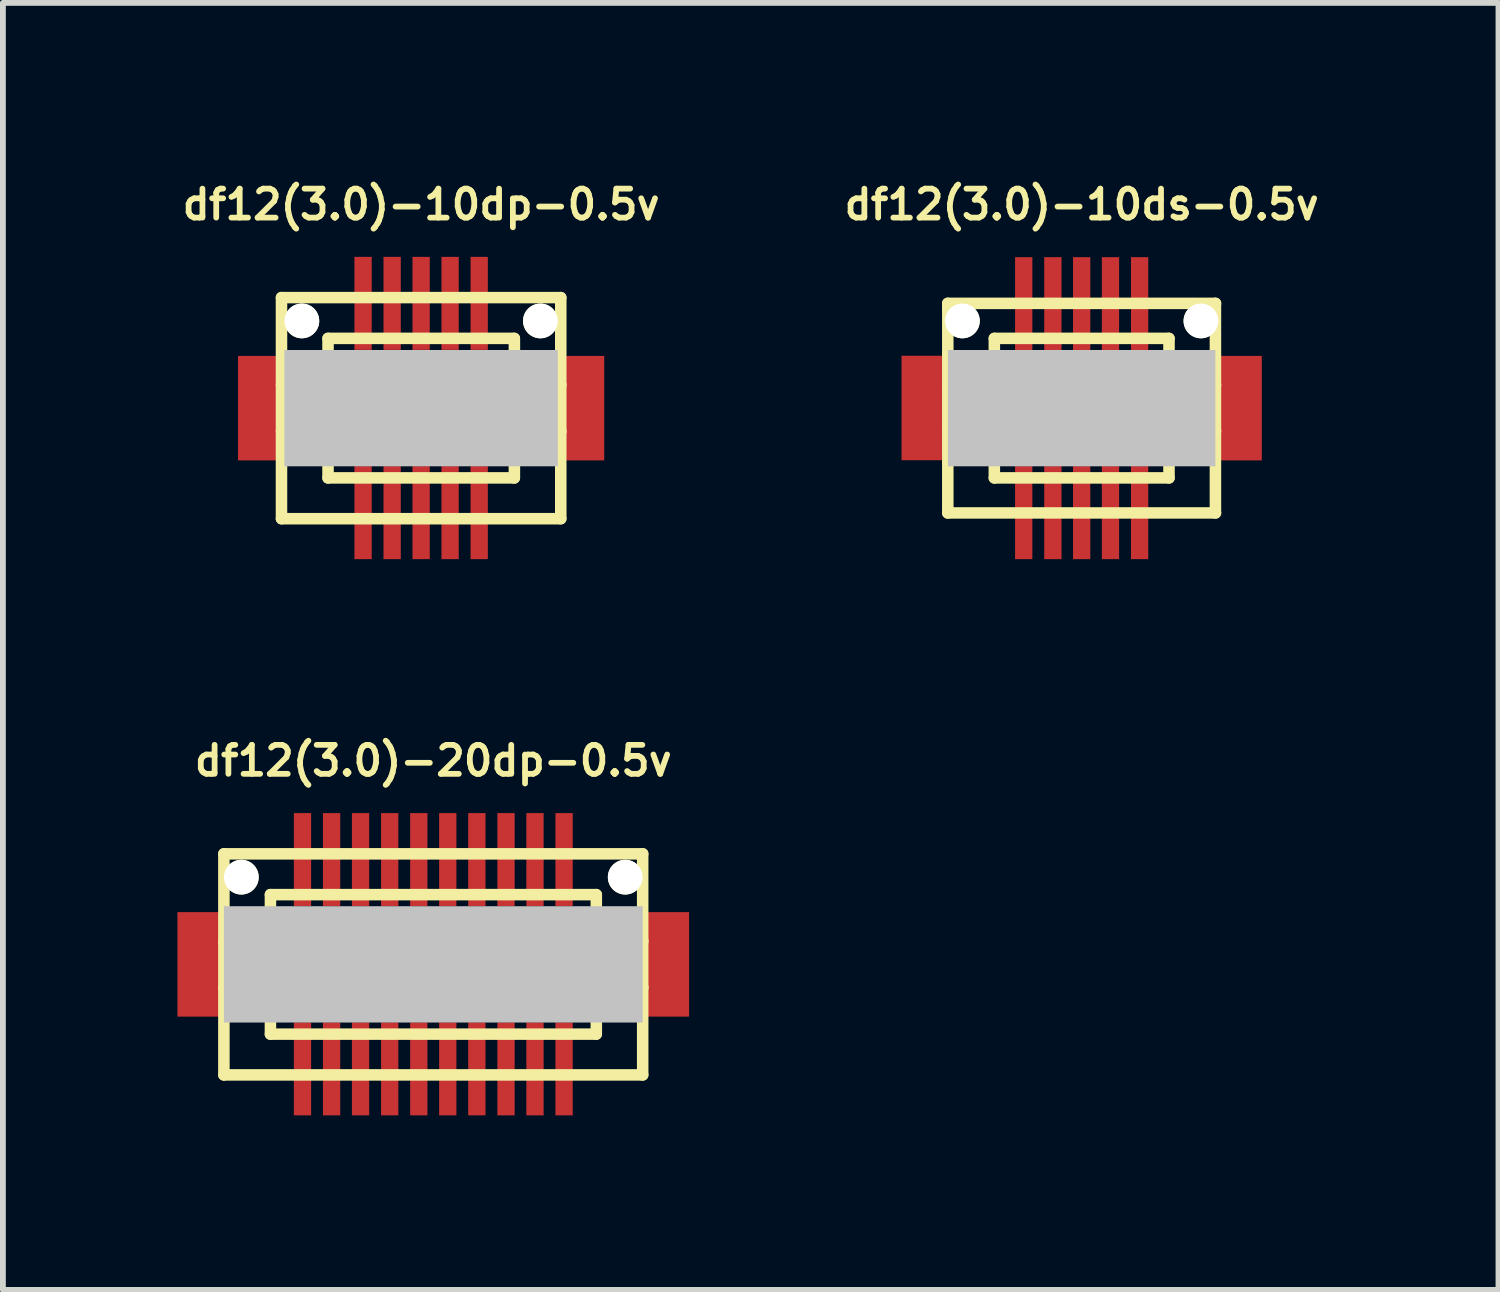
<source format=kicad_pcb>
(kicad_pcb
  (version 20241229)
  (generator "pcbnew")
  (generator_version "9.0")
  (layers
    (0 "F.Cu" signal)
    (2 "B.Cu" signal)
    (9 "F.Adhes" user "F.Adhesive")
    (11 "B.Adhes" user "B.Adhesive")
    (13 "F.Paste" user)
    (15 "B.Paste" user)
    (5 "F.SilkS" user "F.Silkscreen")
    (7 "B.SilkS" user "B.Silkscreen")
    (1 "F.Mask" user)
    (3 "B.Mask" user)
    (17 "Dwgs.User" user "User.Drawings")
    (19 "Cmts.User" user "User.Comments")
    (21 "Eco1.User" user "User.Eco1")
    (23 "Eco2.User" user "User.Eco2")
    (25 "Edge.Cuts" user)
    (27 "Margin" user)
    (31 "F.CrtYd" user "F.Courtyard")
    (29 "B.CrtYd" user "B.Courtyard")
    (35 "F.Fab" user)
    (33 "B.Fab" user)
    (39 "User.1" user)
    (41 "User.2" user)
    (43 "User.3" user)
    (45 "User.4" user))
  (footprint "df12(3.0)-20dp-0.5v"
    (layer "F.Cu")
    (at 4.397 13.525)
    (property "Reference" "df12(3.0)-20dp-0.5v" (at 0 -3.5 0) (layer "F.SilkS") (effects (font (size 0.498 0.498) (thickness 0.099))))
    (attr smd)
    (fp_line (start -3.599 -1.9) (end -3.599 1.9) (stroke (width 0.198) (type solid)) (layer "F.SilkS"))
    (fp_line (start -3.599 -1.9) (end 3.599 -1.9) (stroke (width 0.198) (type solid)) (layer "F.SilkS"))
    (fp_line (start -2.799 -0.399) (end -3.599 -0.399) (stroke (width 0.198) (type solid)) (layer "F.SilkS"))
    (fp_line (start -2.799 0.399) (end -3.599 0.399) (stroke (width 0.198) (type solid)) (layer "F.SilkS"))
    (fp_line (start -2.799 1.199) (end -2.799 -1.199) (stroke (width 0.198) (type solid)) (layer "F.SilkS"))
    (fp_line (start -2.799 1.199) (end 2.799 1.199) (stroke (width 0.198) (type solid)) (layer "F.SilkS"))
    (fp_line (start 2.799 -1.199) (end -2.799 -1.199) (stroke (width 0.198) (type solid)) (layer "F.SilkS"))
    (fp_line (start 2.802 -1.199) (end 2.802 1.199) (stroke (width 0.198) (type solid)) (layer "F.SilkS"))
    (fp_line (start 2.802 -0.399) (end 3.602 -0.399) (stroke (width 0.198) (type solid)) (layer "F.SilkS"))
    (fp_line (start 3.599 1.9) (end -3.599 1.9) (stroke (width 0.198) (type solid)) (layer "F.SilkS"))
    (fp_line (start 3.599 1.9) (end 3.599 -1.9) (stroke (width 0.198) (type solid)) (layer "F.SilkS"))
    (fp_line (start 3.602 0.399) (end 2.802 0.399) (stroke (width 0.198) (type solid)) (layer "F.SilkS"))
    (pad "" smd rect (at -3.998 0) (size 0.798 1.796) (layers "F.Cu" "F.Mask" "F.Paste"))
    (pad "" np_thru_hole circle (at -3.299 -1.499) (size 0.597 0.597) (drill 0.597) (layers "*.Cu" "*.Mask" "F.SilkS"))
    (pad "" smd rect (at 0 0) (size 7.198 1.999) (layers "Dwgs.User"))
    (pad "" np_thru_hole circle (at 3.299 -1.499) (size 0.597 0.597) (drill 0.597) (layers "*.Cu" "*.Mask" "F.SilkS"))
    (pad "" smd rect (at 3.998 0) (size 0.798 1.796) (layers "F.Cu" "F.Mask" "F.Paste"))
    (pad "1" smd rect (at 2.248 1.796) (size 0.297 1.598) (layers "F.Cu" "F.Mask" "F.Paste"))
    (pad "2" smd rect (at 1.748 1.796) (size 0.297 1.598) (layers "F.Cu" "F.Mask" "F.Paste"))
    (pad "3" smd rect (at 1.25 1.796) (size 0.297 1.598) (layers "F.Cu" "F.Mask" "F.Paste"))
    (pad "4" smd rect (at 0.749 1.796) (size 0.297 1.598) (layers "F.Cu" "F.Mask" "F.Paste"))
    (pad "5" smd rect (at 0.249 1.796) (size 0.297 1.598) (layers "F.Cu" "F.Mask" "F.Paste"))
    (pad "6" smd rect (at -0.249 1.796) (size 0.297 1.598) (layers "F.Cu" "F.Mask" "F.Paste"))
    (pad "7" smd rect (at -0.749 1.796) (size 0.297 1.598) (layers "F.Cu" "F.Mask" "F.Paste"))
    (pad "8" smd rect (at -1.25 1.796) (size 0.297 1.598) (layers "F.Cu" "F.Mask" "F.Paste"))
    (pad "9" smd rect (at -1.748 1.796) (size 0.297 1.598) (layers "F.Cu" "F.Mask" "F.Paste"))
    (pad "10" smd rect (at -2.248 1.796) (size 0.297 1.598) (layers "F.Cu" "F.Mask" "F.Paste"))
    (pad "11" smd rect (at -2.248 -1.801) (size 0.297 1.598) (layers "F.Cu" "F.Mask" "F.Paste"))
    (pad "12" smd rect (at -1.748 -1.801) (size 0.297 1.598) (layers "F.Cu" "F.Mask" "F.Paste"))
    (pad "13" smd rect (at -1.25 -1.801) (size 0.297 1.598) (layers "F.Cu" "F.Mask" "F.Paste"))
    (pad "14" smd rect (at -0.749 -1.801) (size 0.297 1.598) (layers "F.Cu" "F.Mask" "F.Paste"))
    (pad "15" smd rect (at -0.249 -1.801) (size 0.297 1.598) (layers "F.Cu" "F.Mask" "F.Paste"))
    (pad "16" smd rect (at 0.249 -1.801) (size 0.297 1.598) (layers "F.Cu" "F.Mask" "F.Paste"))
    (pad "17" smd rect (at 0.749 -1.801) (size 0.297 1.598) (layers "F.Cu" "F.Mask" "F.Paste"))
    (pad "18" smd rect (at 1.25 -1.801) (size 0.297 1.598) (layers "F.Cu" "F.Mask" "F.Paste"))
    (pad "19" smd rect (at 1.748 -1.801) (size 0.297 1.598) (layers "F.Cu" "F.Mask" "F.Paste"))
    (pad "20" smd rect (at 2.248 -1.801) (size 0.297 1.598) (layers "F.Cu" "F.Mask" "F.Paste")))
  (footprint "df12(3.0)-10dp-0.5v"
    (layer "F.Cu")
    (at 4.188 3.965)
    (property "Reference" "df12(3.0)-10dp-0.5v" (at 0 -3.5 0) (layer "F.SilkS") (effects (font (size 0.498 0.498) (thickness 0.099))))
    (attr smd)
    (fp_line (start -2.4 -1.9) (end -2.4 1.9) (stroke (width 0.198) (type solid)) (layer "F.SilkS"))
    (fp_line (start -2.4 -1.9) (end 2.4 -1.9) (stroke (width 0.198) (type solid)) (layer "F.SilkS"))
    (fp_line (start -1.6 -0.399) (end -2.4 -0.399) (stroke (width 0.198) (type solid)) (layer "F.SilkS"))
    (fp_line (start -1.6 0.399) (end -2.4 0.399) (stroke (width 0.198) (type solid)) (layer "F.SilkS"))
    (fp_line (start -1.6 1.199) (end -1.6 -1.199) (stroke (width 0.198) (type solid)) (layer "F.SilkS"))
    (fp_line (start -1.6 1.199) (end 1.6 1.199) (stroke (width 0.198) (type solid)) (layer "F.SilkS"))
    (fp_line (start 1.6 -1.199) (end -1.6 -1.199) (stroke (width 0.198) (type solid)) (layer "F.SilkS"))
    (fp_line (start 1.603 -1.199) (end 1.603 1.199) (stroke (width 0.198) (type solid)) (layer "F.SilkS"))
    (fp_line (start 1.603 -0.399) (end 2.403 -0.399) (stroke (width 0.198) (type solid)) (layer "F.SilkS"))
    (fp_line (start 2.4 1.9) (end -2.4 1.9) (stroke (width 0.198) (type solid)) (layer "F.SilkS"))
    (fp_line (start 2.4 1.9) (end 2.4 -1.9) (stroke (width 0.198) (type solid)) (layer "F.SilkS"))
    (fp_line (start 2.403 0.399) (end 1.603 0.399) (stroke (width 0.198) (type solid)) (layer "F.SilkS"))
    (pad "" smd rect (at -2.748 0) (size 0.798 1.796) (layers "F.Cu" "F.Mask" "F.Paste"))
    (pad "" np_thru_hole circle (at -2.05 -1.499) (size 0.597 0.597) (drill 0.597) (layers "*.Cu" "*.Mask" "F.SilkS"))
    (pad "" smd rect (at 0 0) (size 4.699 1.999) (layers "Dwgs.User"))
    (pad "" np_thru_hole circle (at 2.05 -1.499) (size 0.597 0.597) (drill 0.597) (layers "*.Cu" "*.Mask" "F.SilkS"))
    (pad "" smd rect (at 2.748 0) (size 0.798 1.796) (layers "F.Cu" "F.Mask" "F.Paste"))
    (pad "1" smd rect (at 0.998 1.796) (size 0.297 1.598) (layers "F.Cu" "F.Mask" "F.Paste"))
    (pad "2" smd rect (at 0.498 1.796) (size 0.297 1.598) (layers "F.Cu" "F.Mask" "F.Paste"))
    (pad "3" smd rect (at 0 1.796) (size 0.297 1.598) (layers "F.Cu" "F.Mask" "F.Paste"))
    (pad "4" smd rect (at -0.498 1.796) (size 0.297 1.598) (layers "F.Cu" "F.Mask" "F.Paste"))
    (pad "5" smd rect (at -0.998 1.796) (size 0.297 1.598) (layers "F.Cu" "F.Mask" "F.Paste"))
    (pad "6" smd rect (at -0.998 -1.801) (size 0.297 1.598) (layers "F.Cu" "F.Mask" "F.Paste"))
    (pad "7" smd rect (at -0.498 -1.801) (size 0.297 1.598) (layers "F.Cu" "F.Mask" "F.Paste"))
    (pad "8" smd rect (at 0 -1.801) (size 0.297 1.598) (layers "F.Cu" "F.Mask" "F.Paste"))
    (pad "9" smd rect (at 0.498 -1.801) (size 0.297 1.598) (layers "F.Cu" "F.Mask" "F.Paste"))
    (pad "10" smd rect (at 0.998 -1.801) (size 0.297 1.598) (layers "F.Cu" "F.Mask" "F.Paste")))
  (footprint "df12(3.0)-10ds-0.5v"
    (layer "F.Cu")
    (at 15.541 3.965)
    (property "Reference" "df12(3.0)-10ds-0.5v" (at 0 -3.5 0) (layer "F.SilkS") (effects (font (size 0.498 0.498) (thickness 0.099))))
    (attr smd)
    (fp_line (start -2.301 -1.801) (end 2.301 -1.801) (stroke (width 0.198) (type solid)) (layer "F.SilkS"))
    (fp_line (start -2.301 1.801) (end -2.301 -1.801) (stroke (width 0.198) (type solid)) (layer "F.SilkS"))
    (fp_line (start -1.501 -1.199) (end 1.501 -1.199) (stroke (width 0.198) (type solid)) (layer "F.SilkS"))
    (fp_line (start -1.501 -0.701) (end 1.501 -0.701) (stroke (width 0.198) (type solid)) (layer "F.SilkS"))
    (fp_line (start -1.501 -0.399) (end -2.301 -0.399) (stroke (width 0.198) (type solid)) (layer "F.SilkS"))
    (fp_line (start -1.501 0.399) (end -2.301 0.399) (stroke (width 0.198) (type solid)) (layer "F.SilkS"))
    (fp_line (start -1.501 1.199) (end -1.501 -1.199) (stroke (width 0.198) (type solid)) (layer "F.SilkS"))
    (fp_line (start 1.501 -1.199) (end 1.501 1.199) (stroke (width 0.198) (type solid)) (layer "F.SilkS"))
    (fp_line (start 1.501 -0.399) (end 2.301 -0.399) (stroke (width 0.198) (type solid)) (layer "F.SilkS"))
    (fp_line (start 1.501 0.701) (end -1.501 0.701) (stroke (width 0.198) (type solid)) (layer "F.SilkS"))
    (fp_line (start 1.501 1.199) (end -1.501 1.199) (stroke (width 0.198) (type solid)) (layer "F.SilkS"))
    (fp_line (start 2.299 -1.801) (end 2.299 1.801) (stroke (width 0.198) (type solid)) (layer "F.SilkS"))
    (fp_line (start 2.301 0.399) (end 1.501 0.399) (stroke (width 0.198) (type solid)) (layer "F.SilkS"))
    (fp_line (start 2.301 1.801) (end -2.301 1.801) (stroke (width 0.198) (type solid)) (layer "F.SilkS"))
    (pad "" smd rect (at -2.697 -0.003) (size 0.798 1.796) (layers "F.Cu" "F.Mask" "F.Paste"))
    (pad "" np_thru_hole circle (at -2.05 -1.499) (size 0.597 0.597) (drill 0.597) (layers "*.Cu" "*.Mask" "F.SilkS"))
    (pad "" smd rect (at 0 0) (size 4.597 1.999) (layers "Dwgs.User"))
    (pad "" np_thru_hole circle (at 2.05 -1.499) (size 0.597 0.597) (drill 0.597) (layers "*.Cu" "*.Mask" "F.SilkS"))
    (pad "" smd rect (at 2.697 0) (size 0.798 1.796) (layers "F.Cu" "F.Mask" "F.Paste"))
    (pad "1" smd rect (at -0.996 1.796) (size 0.297 1.598) (layers "F.Cu" "F.Mask" "F.Paste"))
    (pad "2" smd rect (at -0.495 1.796) (size 0.297 1.598) (layers "F.Cu" "F.Mask" "F.Paste"))
    (pad "3" smd rect (at 0 1.796) (size 0.297 1.598) (layers "F.Cu" "F.Mask" "F.Paste"))
    (pad "4" smd rect (at 0.495 1.796) (size 0.297 1.598) (layers "F.Cu" "F.Mask" "F.Paste"))
    (pad "5" smd rect (at 0.996 1.796) (size 0.297 1.598) (layers "F.Cu" "F.Mask" "F.Paste"))
    (pad "6" smd rect (at 0.996 -1.796) (size 0.297 1.598) (layers "F.Cu" "F.Mask" "F.Paste"))
    (pad "7" smd rect (at 0.495 -1.796) (size 0.297 1.598) (layers "F.Cu" "F.Mask" "F.Paste"))
    (pad "8" smd rect (at 0 -1.796) (size 0.297 1.598) (layers "F.Cu" "F.Mask" "F.Paste"))
    (pad "9" smd rect (at -0.495 -1.796) (size 0.297 1.598) (layers "F.Cu" "F.Mask" "F.Paste"))
    (pad "10" smd rect (at -0.996 -1.796) (size 0.297 1.598) (layers "F.Cu" "F.Mask" "F.Paste")))
  (gr_rect
    (start -3 -3)
    (end 22.705 19.12)
    (stroke (width 0.1) (type default))
    (fill no)
    (layer "Edge.Cuts")))
</source>
